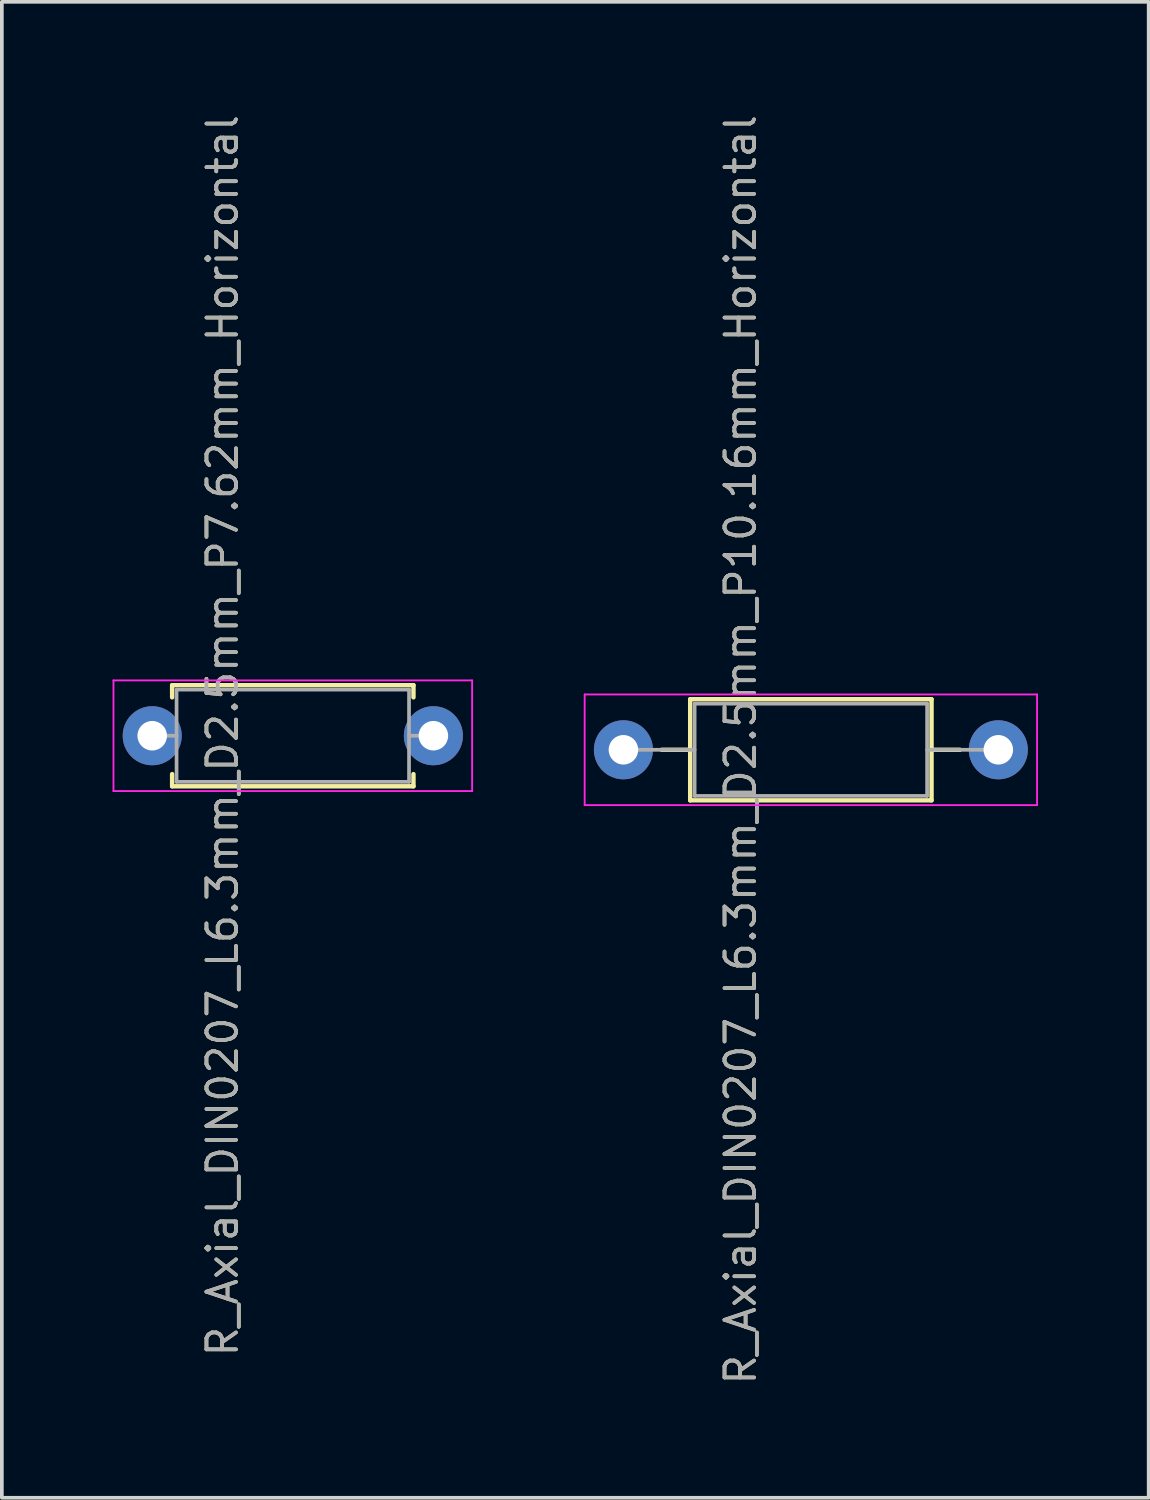
<source format=kicad_pcb>
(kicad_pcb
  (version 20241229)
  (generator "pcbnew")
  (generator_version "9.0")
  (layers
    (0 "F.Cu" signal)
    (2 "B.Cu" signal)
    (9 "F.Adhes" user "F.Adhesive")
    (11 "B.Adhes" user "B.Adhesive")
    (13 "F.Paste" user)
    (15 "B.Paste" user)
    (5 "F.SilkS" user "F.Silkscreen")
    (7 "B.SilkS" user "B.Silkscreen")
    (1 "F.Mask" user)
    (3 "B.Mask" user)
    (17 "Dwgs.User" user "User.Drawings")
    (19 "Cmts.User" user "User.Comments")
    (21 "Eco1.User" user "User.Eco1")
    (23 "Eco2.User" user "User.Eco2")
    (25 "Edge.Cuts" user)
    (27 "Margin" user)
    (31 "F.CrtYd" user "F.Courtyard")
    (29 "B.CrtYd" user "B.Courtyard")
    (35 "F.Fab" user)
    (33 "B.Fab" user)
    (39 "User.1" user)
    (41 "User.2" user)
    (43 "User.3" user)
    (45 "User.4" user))
  (footprint "R_Axial_DIN0207_L6.3mm_D2.5mm_P10.16mm_Horizontal"
    (layer "F.Cu")
    (at 13.845 17.27)
    (property "Reference" "R_Axial_DIN0207_L6.3mm_D2.5mm_P10.16mm_Horizontal" (at 3.175 0 90) (layer "F.SilkS") (effects (font (size 0.8 0.8) (thickness 0.1))))
    (attr through_hole)
    (fp_line (start 1.04 0) (end 1.81 0) (stroke (width 0.12) (type solid)) (layer "F.SilkS"))
    (fp_line (start 1.81 -1.37) (end 1.81 1.37) (stroke (width 0.12) (type solid)) (layer "F.SilkS"))
    (fp_line (start 1.81 1.37) (end 8.35 1.37) (stroke (width 0.12) (type solid)) (layer "F.SilkS"))
    (fp_line (start 8.35 -1.37) (end 1.81 -1.37) (stroke (width 0.12) (type solid)) (layer "F.SilkS"))
    (fp_line (start 8.35 1.37) (end 8.35 -1.37) (stroke (width 0.12) (type solid)) (layer "F.SilkS"))
    (fp_line (start 9.12 0) (end 8.35 0) (stroke (width 0.12) (type solid)) (layer "F.SilkS"))
    (fp_line (start -1.05 -1.5) (end -1.05 1.5) (stroke (width 0.05) (type solid)) (layer "F.CrtYd"))
    (fp_line (start -1.05 1.5) (end 11.21 1.5) (stroke (width 0.05) (type solid)) (layer "F.CrtYd"))
    (fp_line (start 11.21 -1.5) (end -1.05 -1.5) (stroke (width 0.05) (type solid)) (layer "F.CrtYd"))
    (fp_line (start 11.21 1.5) (end 11.21 -1.5) (stroke (width 0.05) (type solid)) (layer "F.CrtYd"))
    (fp_line (start 0 0) (end 1.93 0) (stroke (width 0.1) (type solid)) (layer "F.Fab"))
    (fp_line (start 1.93 -1.25) (end 1.93 1.25) (stroke (width 0.1) (type solid)) (layer "F.Fab"))
    (fp_line (start 1.93 1.25) (end 8.23 1.25) (stroke (width 0.1) (type solid)) (layer "F.Fab"))
    (fp_line (start 8.23 -1.25) (end 1.93 -1.25) (stroke (width 0.1) (type solid)) (layer "F.Fab"))
    (fp_line (start 8.23 1.25) (end 8.23 -1.25) (stroke (width 0.1) (type solid)) (layer "F.Fab"))
    (fp_line (start 10.16 0) (end 8.23 0) (stroke (width 0.1) (type solid)) (layer "F.Fab"))
    (fp_text user "${REFERENCE}" (at 3.175 0 90) (layer "F.Fab") (effects (font (size 0.8 0.8) (thickness 0.1))))
    (pad "1" thru_hole circle (at 0 0) (size 1.6 1.6) (drill 0.8) (layers "*.Cu" "*.Mask"))
    (pad "2" thru_hole oval (at 10.16 0) (size 1.6 1.6) (drill 0.8) (layers "*.Cu" "*.Mask")))
  (footprint "R_Axial_DIN0207_L6.3mm_D2.5mm_P7.62mm_Horizontal"
    (layer "F.Cu")
    (at 1.075 16.889)
    (property "Reference" "R_Axial_DIN0207_L6.3mm_D2.5mm_P7.62mm_Horizontal" (at 1.905 0 90) (layer "F.SilkS") (effects (font (size 0.8 0.8) (thickness 0.1))))
    (attr through_hole)
    (fp_line (start 0.54 -1.37) (end 7.08 -1.37) (stroke (width 0.12) (type solid)) (layer "F.SilkS"))
    (fp_line (start 0.54 -1.04) (end 0.54 -1.37) (stroke (width 0.12) (type solid)) (layer "F.SilkS"))
    (fp_line (start 0.54 1.04) (end 0.54 1.37) (stroke (width 0.12) (type solid)) (layer "F.SilkS"))
    (fp_line (start 0.54 1.37) (end 7.08 1.37) (stroke (width 0.12) (type solid)) (layer "F.SilkS"))
    (fp_line (start 7.08 -1.37) (end 7.08 -1.04) (stroke (width 0.12) (type solid)) (layer "F.SilkS"))
    (fp_line (start 7.08 1.37) (end 7.08 1.04) (stroke (width 0.12) (type solid)) (layer "F.SilkS"))
    (fp_line (start -1.05 -1.5) (end -1.05 1.5) (stroke (width 0.05) (type solid)) (layer "F.CrtYd"))
    (fp_line (start -1.05 1.5) (end 8.67 1.5) (stroke (width 0.05) (type solid)) (layer "F.CrtYd"))
    (fp_line (start 8.67 -1.5) (end -1.05 -1.5) (stroke (width 0.05) (type solid)) (layer "F.CrtYd"))
    (fp_line (start 8.67 1.5) (end 8.67 -1.5) (stroke (width 0.05) (type solid)) (layer "F.CrtYd"))
    (fp_line (start 0 0) (end 0.66 0) (stroke (width 0.1) (type solid)) (layer "F.Fab"))
    (fp_line (start 0.66 -1.25) (end 0.66 1.25) (stroke (width 0.1) (type solid)) (layer "F.Fab"))
    (fp_line (start 0.66 1.25) (end 6.96 1.25) (stroke (width 0.1) (type solid)) (layer "F.Fab"))
    (fp_line (start 6.96 -1.25) (end 0.66 -1.25) (stroke (width 0.1) (type solid)) (layer "F.Fab"))
    (fp_line (start 6.96 1.25) (end 6.96 -1.25) (stroke (width 0.1) (type solid)) (layer "F.Fab"))
    (fp_line (start 7.62 0) (end 6.96 0) (stroke (width 0.1) (type solid)) (layer "F.Fab"))
    (fp_text user "${REFERENCE}" (at 1.905 0 90) (layer "F.Fab") (effects (font (size 0.8 0.8) (thickness 0.1))))
    (pad "1" thru_hole circle (at 0 0) (size 1.6 1.6) (drill 0.8) (layers "*.Cu" "*.Mask"))
    (pad "2" thru_hole oval (at 7.62 0) (size 1.6 1.6) (drill 0.8) (layers "*.Cu" "*.Mask")))
  (gr_rect
    (start -3 -3)
    (end 28.08 37.54)
    (stroke (width 0.1) (type default))
    (fill no)
    (layer "Edge.Cuts")))
</source>
